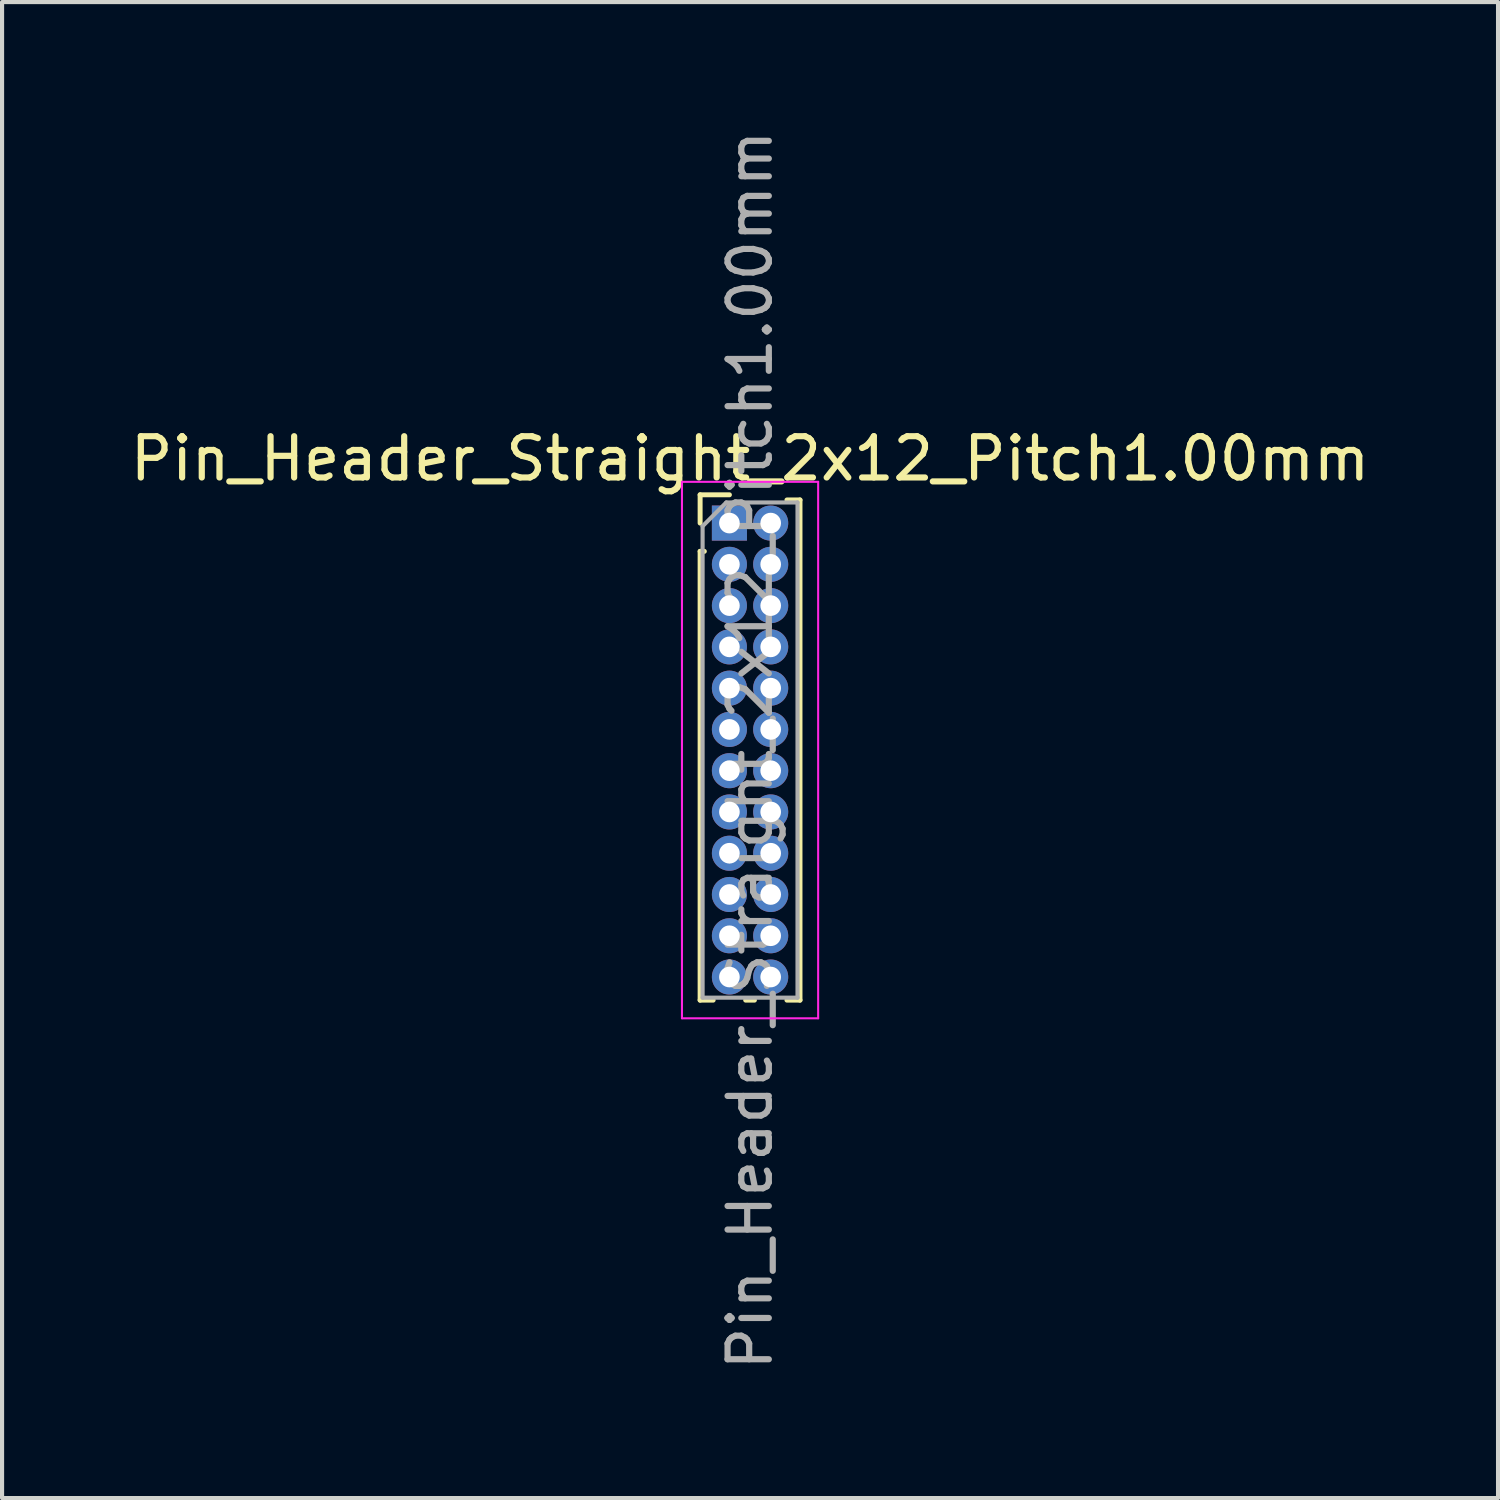
<source format=kicad_pcb>
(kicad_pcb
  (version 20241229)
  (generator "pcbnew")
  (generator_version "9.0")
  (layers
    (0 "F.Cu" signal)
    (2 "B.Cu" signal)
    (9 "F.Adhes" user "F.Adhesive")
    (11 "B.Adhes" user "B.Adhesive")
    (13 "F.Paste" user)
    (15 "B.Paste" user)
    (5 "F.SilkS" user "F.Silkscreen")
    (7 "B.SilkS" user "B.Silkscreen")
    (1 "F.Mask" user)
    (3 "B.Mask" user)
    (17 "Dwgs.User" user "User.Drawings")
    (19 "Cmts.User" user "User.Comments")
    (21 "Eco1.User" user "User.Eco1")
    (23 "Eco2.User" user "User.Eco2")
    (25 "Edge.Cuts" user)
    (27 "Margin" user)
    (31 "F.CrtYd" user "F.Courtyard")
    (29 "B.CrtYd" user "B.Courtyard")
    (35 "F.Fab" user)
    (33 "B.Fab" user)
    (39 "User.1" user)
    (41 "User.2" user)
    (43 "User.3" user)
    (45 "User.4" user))
  (footprint "Pin_Header_Straight_2x12_Pitch1.00mm"
    (layer "F.Cu")
    (at 14.625 9.625)
    (property "Reference" "Pin_Header_Straight_2x12_Pitch1.00mm" (at 0.5 -1.56 0) (layer "F.SilkS") (effects (font (size 1 1) (thickness 0.15))))
    (attr through_hole)
    (fp_line (start -0.71 -0.685) (end 0 -0.685) (stroke (width 0.12) (type solid)) (layer "F.SilkS"))
    (fp_line (start -0.71 0) (end -0.71 -0.685) (stroke (width 0.12) (type solid)) (layer "F.SilkS"))
    (fp_line (start -0.71 0.685) (end -0.71 11.56) (stroke (width 0.12) (type solid)) (layer "F.SilkS"))
    (fp_line (start -0.71 0.685) (end -0.608 0.685) (stroke (width 0.12) (type solid)) (layer "F.SilkS"))
    (fp_line (start -0.71 11.56) (end -0.394 11.56) (stroke (width 0.12) (type solid)) (layer "F.SilkS"))
    (fp_line (start 0.394 11.56) (end 0.606 11.56) (stroke (width 0.12) (type solid)) (layer "F.SilkS"))
    (fp_line (start 1.394 -0.56) (end 1.71 -0.56) (stroke (width 0.12) (type solid)) (layer "F.SilkS"))
    (fp_line (start 1.394 11.56) (end 1.71 11.56) (stroke (width 0.12) (type solid)) (layer "F.SilkS"))
    (fp_line (start 1.71 -0.56) (end 1.71 11.56) (stroke (width 0.12) (type solid)) (layer "F.SilkS"))
    (fp_line (start -1.15 -1) (end -1.15 12) (stroke (width 0.05) (type solid)) (layer "F.CrtYd"))
    (fp_line (start -1.15 12) (end 2.15 12) (stroke (width 0.05) (type solid)) (layer "F.CrtYd"))
    (fp_line (start 2.15 -1) (end -1.15 -1) (stroke (width 0.05) (type solid)) (layer "F.CrtYd"))
    (fp_line (start 2.15 12) (end 2.15 -1) (stroke (width 0.05) (type solid)) (layer "F.CrtYd"))
    (fp_line (start -0.65 0.075) (end -0.075 -0.5) (stroke (width 0.1) (type solid)) (layer "F.Fab"))
    (fp_line (start -0.65 11.5) (end -0.65 0.075) (stroke (width 0.1) (type solid)) (layer "F.Fab"))
    (fp_line (start -0.075 -0.5) (end 1.65 -0.5) (stroke (width 0.1) (type solid)) (layer "F.Fab"))
    (fp_line (start 1.65 -0.5) (end 1.65 11.5) (stroke (width 0.1) (type solid)) (layer "F.Fab"))
    (fp_line (start 1.65 11.5) (end -0.65 11.5) (stroke (width 0.1) (type solid)) (layer "F.Fab"))
    (fp_text user "${REFERENCE}" (at 0.5 5.5 90) (layer "F.Fab") (effects (font (size 1 1) (thickness 0.15))))
    (pad "1" thru_hole rect (at 0 0) (size 0.85 0.85) (drill 0.5) (layers "*.Cu" "*.Mask"))
    (pad "2" thru_hole oval (at 1 0) (size 0.85 0.85) (drill 0.5) (layers "*.Cu" "*.Mask"))
    (pad "3" thru_hole oval (at 0 1) (size 0.85 0.85) (drill 0.5) (layers "*.Cu" "*.Mask"))
    (pad "4" thru_hole oval (at 1 1) (size 0.85 0.85) (drill 0.5) (layers "*.Cu" "*.Mask"))
    (pad "5" thru_hole oval (at 0 2) (size 0.85 0.85) (drill 0.5) (layers "*.Cu" "*.Mask"))
    (pad "6" thru_hole oval (at 1 2) (size 0.85 0.85) (drill 0.5) (layers "*.Cu" "*.Mask"))
    (pad "7" thru_hole oval (at 0 3) (size 0.85 0.85) (drill 0.5) (layers "*.Cu" "*.Mask"))
    (pad "8" thru_hole oval (at 1 3) (size 0.85 0.85) (drill 0.5) (layers "*.Cu" "*.Mask"))
    (pad "9" thru_hole oval (at 0 4) (size 0.85 0.85) (drill 0.5) (layers "*.Cu" "*.Mask"))
    (pad "10" thru_hole oval (at 1 4) (size 0.85 0.85) (drill 0.5) (layers "*.Cu" "*.Mask"))
    (pad "11" thru_hole oval (at 0 5) (size 0.85 0.85) (drill 0.5) (layers "*.Cu" "*.Mask"))
    (pad "12" thru_hole oval (at 1 5) (size 0.85 0.85) (drill 0.5) (layers "*.Cu" "*.Mask"))
    (pad "13" thru_hole oval (at 0 6) (size 0.85 0.85) (drill 0.5) (layers "*.Cu" "*.Mask"))
    (pad "14" thru_hole oval (at 1 6) (size 0.85 0.85) (drill 0.5) (layers "*.Cu" "*.Mask"))
    (pad "15" thru_hole oval (at 0 7) (size 0.85 0.85) (drill 0.5) (layers "*.Cu" "*.Mask"))
    (pad "16" thru_hole oval (at 1 7) (size 0.85 0.85) (drill 0.5) (layers "*.Cu" "*.Mask"))
    (pad "17" thru_hole oval (at 0 8) (size 0.85 0.85) (drill 0.5) (layers "*.Cu" "*.Mask"))
    (pad "18" thru_hole oval (at 1 8) (size 0.85 0.85) (drill 0.5) (layers "*.Cu" "*.Mask"))
    (pad "19" thru_hole oval (at 0 9) (size 0.85 0.85) (drill 0.5) (layers "*.Cu" "*.Mask"))
    (pad "20" thru_hole oval (at 1 9) (size 0.85 0.85) (drill 0.5) (layers "*.Cu" "*.Mask"))
    (pad "21" thru_hole oval (at 0 10) (size 0.85 0.85) (drill 0.5) (layers "*.Cu" "*.Mask"))
    (pad "22" thru_hole oval (at 1 10) (size 0.85 0.85) (drill 0.5) (layers "*.Cu" "*.Mask"))
    (pad "23" thru_hole oval (at 0 11) (size 0.85 0.85) (drill 0.5) (layers "*.Cu" "*.Mask"))
    (pad "24" thru_hole oval (at 1 11) (size 0.85 0.85) (drill 0.5) (layers "*.Cu" "*.Mask")))
  (gr_rect
    (start -3 -3)
    (end 33.25 33.25)
    (stroke (width 0.1) (type default))
    (fill no)
    (layer "Edge.Cuts")))
</source>
